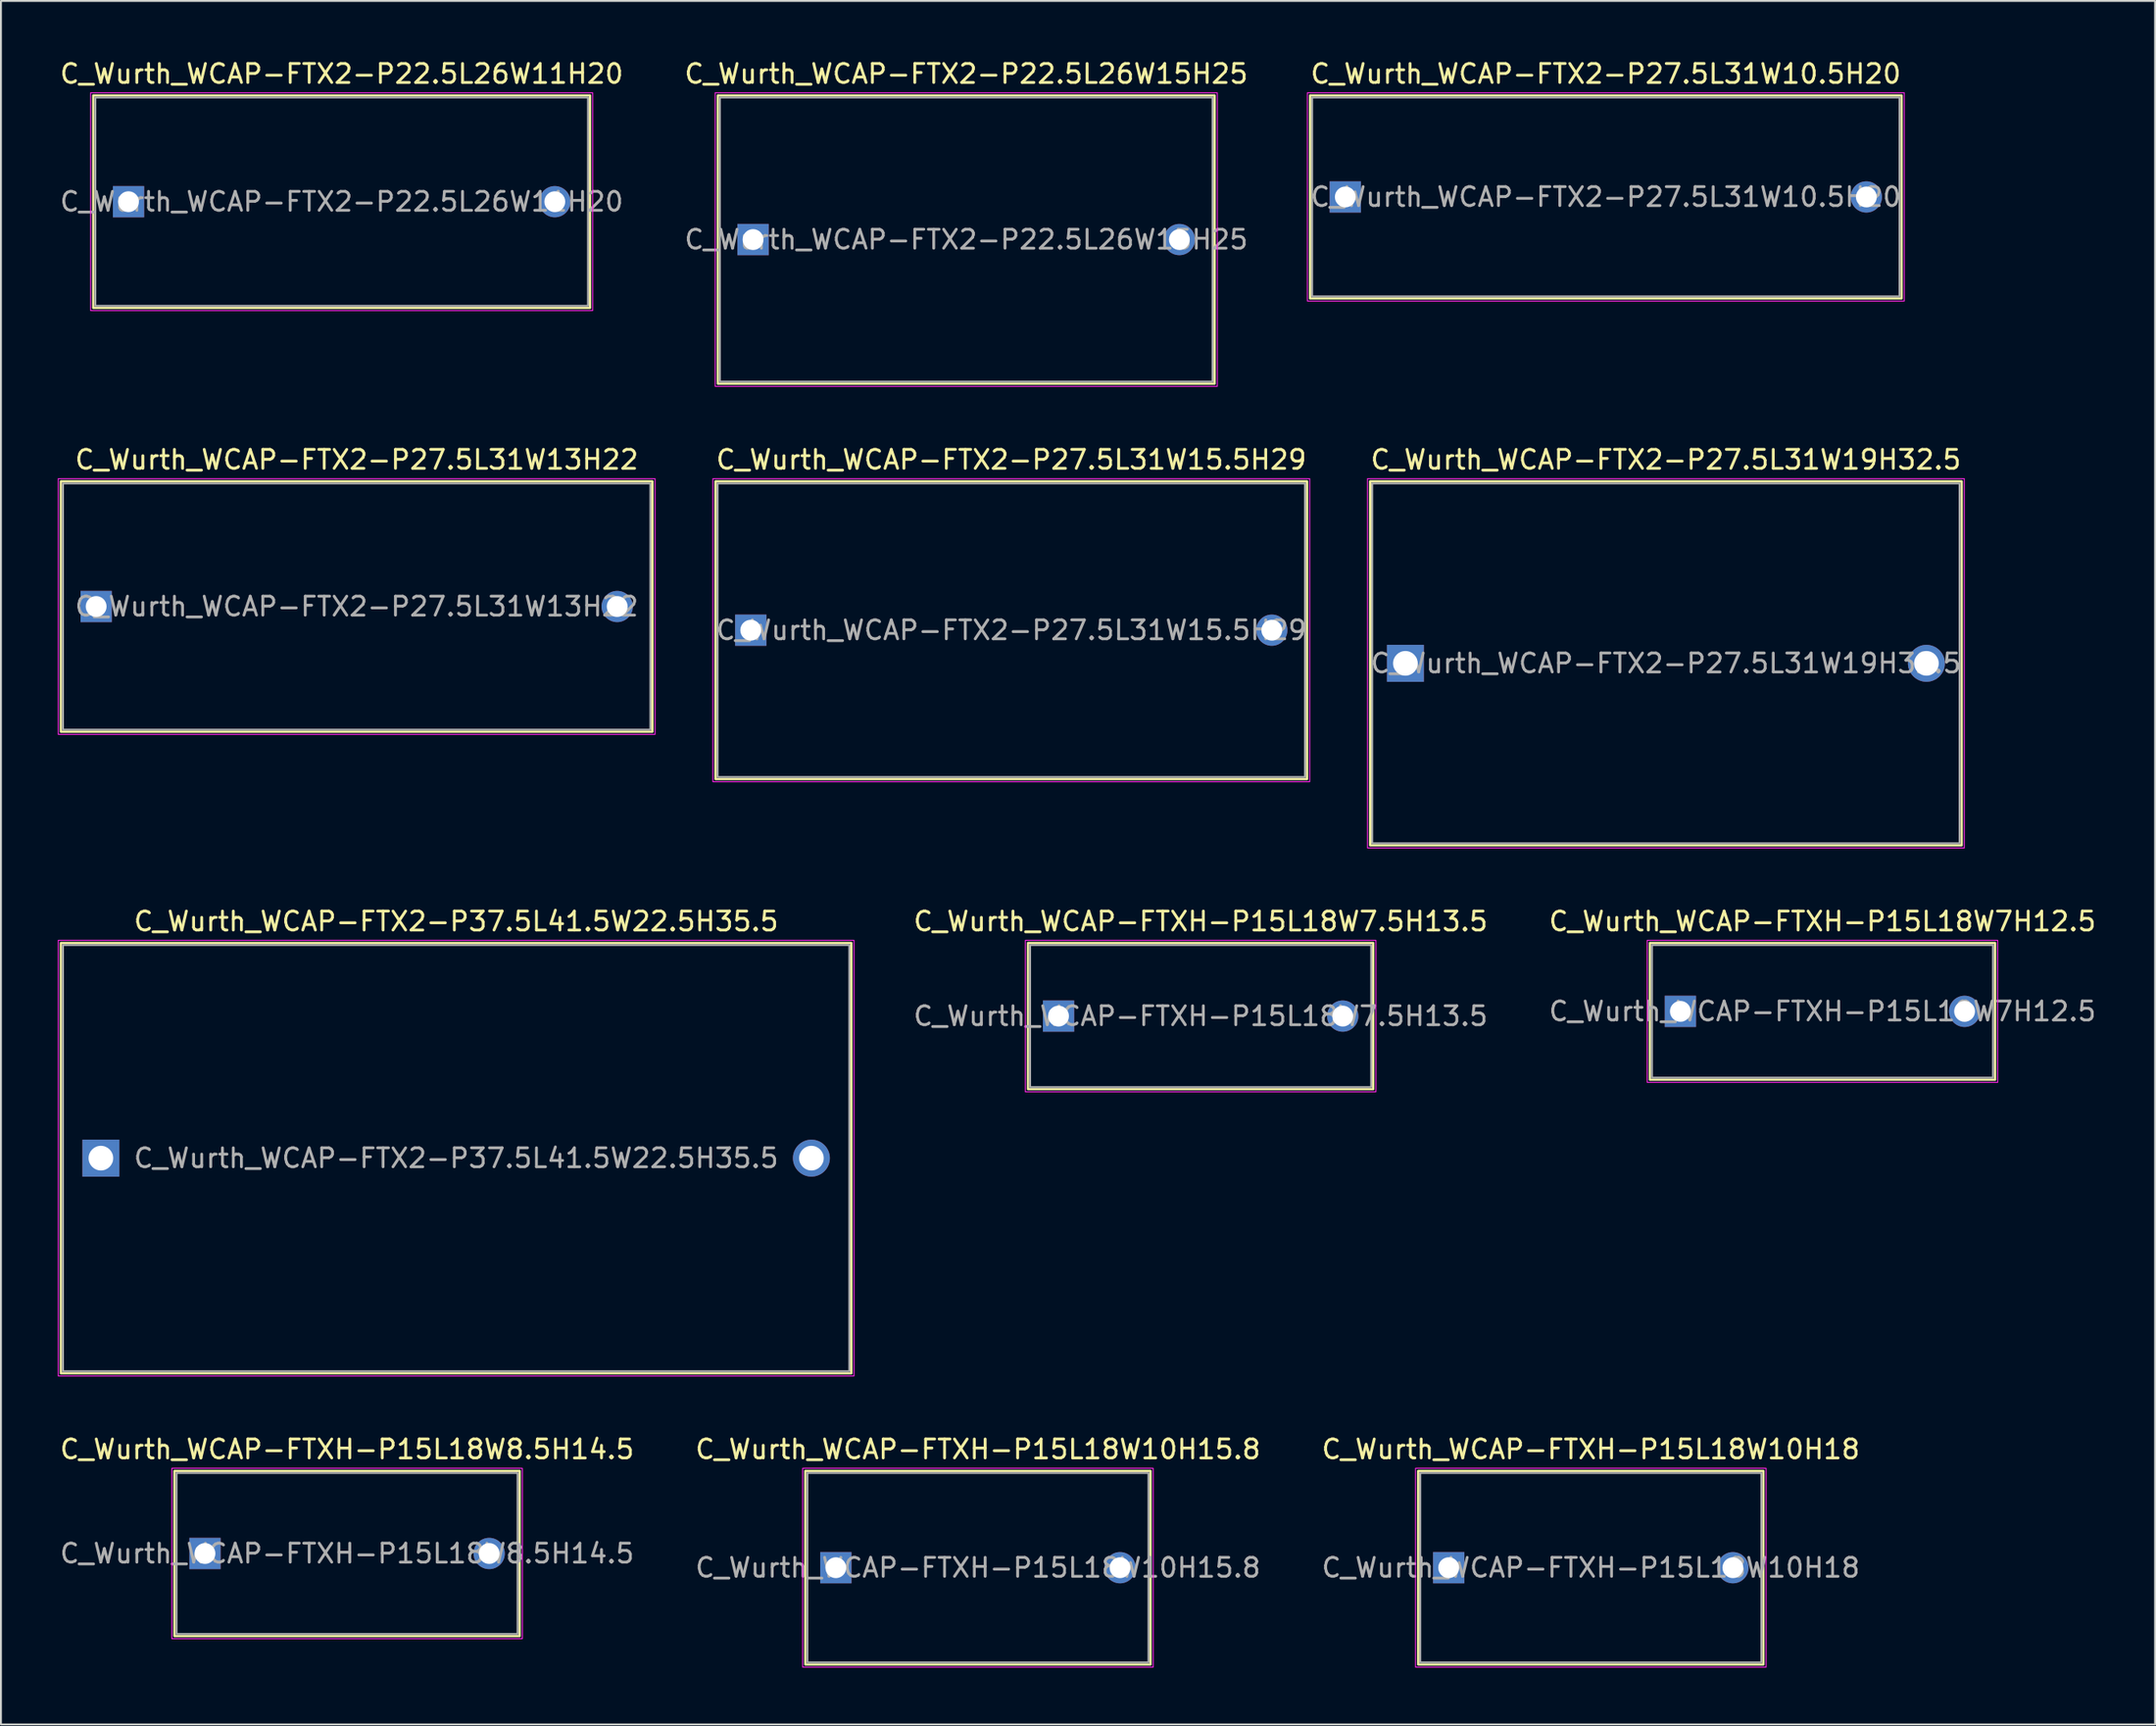
<source format=kicad_pcb>
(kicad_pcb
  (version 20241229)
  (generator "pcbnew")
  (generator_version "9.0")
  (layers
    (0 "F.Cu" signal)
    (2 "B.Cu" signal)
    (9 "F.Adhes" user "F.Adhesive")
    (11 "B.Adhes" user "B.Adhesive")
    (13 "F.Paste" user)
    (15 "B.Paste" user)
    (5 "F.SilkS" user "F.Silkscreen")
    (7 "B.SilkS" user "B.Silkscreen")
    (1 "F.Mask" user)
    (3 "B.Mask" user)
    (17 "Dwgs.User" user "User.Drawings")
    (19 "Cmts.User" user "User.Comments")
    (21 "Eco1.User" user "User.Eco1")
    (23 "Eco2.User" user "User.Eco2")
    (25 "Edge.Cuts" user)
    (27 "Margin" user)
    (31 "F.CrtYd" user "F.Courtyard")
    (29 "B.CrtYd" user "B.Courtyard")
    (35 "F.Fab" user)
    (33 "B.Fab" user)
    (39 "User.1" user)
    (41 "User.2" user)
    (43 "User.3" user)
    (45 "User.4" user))
  (footprint "C_Wurth_WCAP-FTXH-P15L18W10H18"
    (layer "F.Cu")
    (at 73.411 79.718)
    (property "Reference" "C_Wurth_WCAP-FTXH-P15L18W10H18" (at 7.5 -6.25 0) (unlocked yes) (layer "F.SilkS") (effects (font (size 1 1) (thickness 0.15))))
    (attr through_hole)
    (fp_rect (start -1.61 -5.11) (end 16.61 5.11) (stroke (width 0.12) (type solid)) (fill no) (layer "F.SilkS"))
    (fp_rect (start -1.75 -5.25) (end 16.75 5.25) (stroke (width 0.05) (type solid)) (fill no) (layer "F.CrtYd"))
    (fp_rect (start -1.5 -5) (end 16.5 5) (stroke (width 0.1) (type solid)) (fill no) (layer "F.Fab"))
    (fp_text user "${REFERENCE}" (at 7.5 0 0) (unlocked yes) (layer "F.Fab") (effects (font (size 1 1) (thickness 0.15))))
    (pad "1" thru_hole rect (at 0 0) (size 1.65 1.65) (drill 1.1) (layers "*.Cu" "*.Mask"))
    (pad "2" thru_hole circle (at 15 0) (size 1.65 1.65) (drill 1.1) (layers "*.Cu" "*.Mask")))
  (footprint "C_Wurth_WCAP-FTXH-P15L18W7H12.5"
    (layer "F.Cu")
    (at 85.639 50.345)
    (property "Reference" "C_Wurth_WCAP-FTXH-P15L18W7H12.5" (at 7.5 -4.75 0) (unlocked yes) (layer "F.SilkS") (effects (font (size 1 1) (thickness 0.15))))
    (attr through_hole)
    (fp_rect (start -1.61 -3.61) (end 16.61 3.61) (stroke (width 0.12) (type solid)) (fill no) (layer "F.SilkS"))
    (fp_rect (start -1.75 -3.75) (end 16.75 3.75) (stroke (width 0.05) (type solid)) (fill no) (layer "F.CrtYd"))
    (fp_rect (start -1.5 -3.5) (end 16.5 3.5) (stroke (width 0.1) (type solid)) (fill no) (layer "F.Fab"))
    (fp_text user "${REFERENCE}" (at 7.5 0 0) (unlocked yes) (layer "F.Fab") (effects (font (size 1 1) (thickness 0.15))))
    (pad "1" thru_hole rect (at 0 0) (size 1.65 1.65) (drill 1.1) (layers "*.Cu" "*.Mask"))
    (pad "2" thru_hole circle (at 15 0) (size 1.65 1.65) (drill 1.1) (layers "*.Cu" "*.Mask")))
  (footprint "C_Wurth_WCAP-FTX2-P27.5L31W13H22"
    (layer "F.Cu")
    (at 2.025 28.971)
    (property "Reference" "C_Wurth_WCAP-FTX2-P27.5L31W13H22" (at 13.75 -7.75 0) (unlocked yes) (layer "F.SilkS") (effects (font (size 1 1) (thickness 0.15))))
    (attr through_hole)
    (fp_rect (start -1.86 -6.61) (end 29.36 6.61) (stroke (width 0.12) (type solid)) (fill no) (layer "F.SilkS"))
    (fp_rect (start -2 -6.75) (end 29.5 6.75) (stroke (width 0.05) (type solid)) (fill no) (layer "F.CrtYd"))
    (fp_rect (start -1.75 -6.5) (end 29.25 6.5) (stroke (width 0.1) (type solid)) (fill no) (layer "F.Fab"))
    (fp_text user "${REFERENCE}" (at 13.75 0 0) (unlocked yes) (layer "F.Fab") (effects (font (size 1 1) (thickness 0.15))))
    (pad "1" thru_hole rect (at 0 0) (size 1.65 1.65) (drill 1.1) (layers "*.Cu" "*.Mask"))
    (pad "2" thru_hole circle (at 27.5 0) (size 1.65 1.65) (drill 1.1) (layers "*.Cu" "*.Mask")))
  (footprint "C_Wurth_WCAP-FTXH-P15L18W7.5H13.5"
    (layer "F.Cu")
    (at 52.818 50.595)
    (property "Reference" "C_Wurth_WCAP-FTXH-P15L18W7.5H13.5" (at 7.5 -5 0) (unlocked yes) (layer "F.SilkS") (effects (font (size 1 1) (thickness 0.15))))
    (attr through_hole)
    (fp_rect (start -1.61 -3.86) (end 16.61 3.86) (stroke (width 0.12) (type solid)) (fill no) (layer "F.SilkS"))
    (fp_rect (start -1.75 -4) (end 16.75 4) (stroke (width 0.05) (type solid)) (fill no) (layer "F.CrtYd"))
    (fp_rect (start -1.5 -3.75) (end 16.5 3.75) (stroke (width 0.1) (type solid)) (fill no) (layer "F.Fab"))
    (fp_text user "${REFERENCE}" (at 7.5 0 0) (unlocked yes) (layer "F.Fab") (effects (font (size 1 1) (thickness 0.15))))
    (pad "1" thru_hole rect (at 0 0) (size 1.65 1.65) (drill 1.1) (layers "*.Cu" "*.Mask"))
    (pad "2" thru_hole circle (at 15 0) (size 1.65 1.65) (drill 1.1) (layers "*.Cu" "*.Mask")))
  (footprint "C_Wurth_WCAP-FTX2-P37.5L41.5W22.5H35.5"
    (layer "F.Cu")
    (at 2.275 58.095)
    (property "Reference" "C_Wurth_WCAP-FTX2-P37.5L41.5W22.5H35.5" (at 18.75 -12.5 0) (unlocked yes) (layer "F.SilkS") (effects (font (size 1 1) (thickness 0.15))))
    (attr through_hole)
    (fp_rect (start -2.11 -11.36) (end 39.61 11.36) (stroke (width 0.12) (type solid)) (fill no) (layer "F.SilkS"))
    (fp_rect (start -2.25 -11.5) (end 39.75 11.5) (stroke (width 0.05) (type solid)) (fill no) (layer "F.CrtYd"))
    (fp_rect (start -2 -11.25) (end 39.5 11.25) (stroke (width 0.1) (type solid)) (fill no) (layer "F.Fab"))
    (fp_text user "${REFERENCE}" (at 18.75 0 0) (unlocked yes) (layer "F.Fab") (effects (font (size 1 1) (thickness 0.15))))
    (pad "1" thru_hole rect (at 0 0) (size 1.95 1.95) (drill 1.3) (layers "*.Cu" "*.Mask"))
    (pad "2" thru_hole circle (at 37.5 0) (size 1.95 1.95) (drill 1.3) (layers "*.Cu" "*.Mask")))
  (footprint "C_Wurth_WCAP-FTXH-P15L18W8.5H14.5"
    (layer "F.Cu")
    (at 7.768 78.968)
    (property "Reference" "C_Wurth_WCAP-FTXH-P15L18W8.5H14.5" (at 7.5 -5.5 0) (unlocked yes) (layer "F.SilkS") (effects (font (size 1 1) (thickness 0.15))))
    (attr through_hole)
    (fp_rect (start -1.61 -4.36) (end 16.61 4.36) (stroke (width 0.12) (type solid)) (fill no) (layer "F.SilkS"))
    (fp_rect (start -1.75 -4.5) (end 16.75 4.5) (stroke (width 0.05) (type solid)) (fill no) (layer "F.CrtYd"))
    (fp_rect (start -1.5 -4.25) (end 16.5 4.25) (stroke (width 0.1) (type solid)) (fill no) (layer "F.Fab"))
    (fp_text user "${REFERENCE}" (at 7.5 0 0) (unlocked yes) (layer "F.Fab") (effects (font (size 1 1) (thickness 0.15))))
    (pad "1" thru_hole rect (at 0 0) (size 1.65 1.65) (drill 1.1) (layers "*.Cu" "*.Mask"))
    (pad "2" thru_hole circle (at 15 0) (size 1.65 1.65) (drill 1.1) (layers "*.Cu" "*.Mask")))
  (footprint "C_Wurth_WCAP-FTX2-P27.5L31W15.5H29"
    (layer "F.Cu")
    (at 36.575 30.221)
    (property "Reference" "C_Wurth_WCAP-FTX2-P27.5L31W15.5H29" (at 13.75 -9 0) (unlocked yes) (layer "F.SilkS") (effects (font (size 1 1) (thickness 0.15))))
    (attr through_hole)
    (fp_rect (start -1.86 -7.86) (end 29.36 7.86) (stroke (width 0.12) (type solid)) (fill no) (layer "F.SilkS"))
    (fp_rect (start -2 -8) (end 29.5 8) (stroke (width 0.05) (type solid)) (fill no) (layer "F.CrtYd"))
    (fp_rect (start -1.75 -7.75) (end 29.25 7.75) (stroke (width 0.1) (type solid)) (fill no) (layer "F.Fab"))
    (fp_text user "${REFERENCE}" (at 13.75 0 0) (unlocked yes) (layer "F.Fab") (effects (font (size 1 1) (thickness 0.15))))
    (pad "1" thru_hole rect (at 0 0) (size 1.65 1.65) (drill 1.1) (layers "*.Cu" "*.Mask"))
    (pad "2" thru_hole circle (at 27.5 0) (size 1.65 1.65) (drill 1.1) (layers "*.Cu" "*.Mask")))
  (footprint "C_Wurth_WCAP-FTX2-P22.5L26W15H25"
    (layer "F.Cu")
    (at 36.696 9.598)
    (property "Reference" "C_Wurth_WCAP-FTX2-P22.5L26W15H25" (at 11.25 -8.75 0) (unlocked yes) (layer "F.SilkS") (effects (font (size 1 1) (thickness 0.15))))
    (attr through_hole)
    (fp_rect (start -1.86 -7.61) (end 24.36 7.61) (stroke (width 0.12) (type solid)) (fill no) (layer "F.SilkS"))
    (fp_rect (start -2 -7.75) (end 24.5 7.75) (stroke (width 0.05) (type solid)) (fill no) (layer "F.CrtYd"))
    (fp_rect (start -1.75 -7.5) (end 24.25 7.5) (stroke (width 0.1) (type solid)) (fill no) (layer "F.Fab"))
    (fp_text user "${REFERENCE}" (at 11.25 0 0) (unlocked yes) (layer "F.Fab") (effects (font (size 1 1) (thickness 0.15))))
    (pad "1" thru_hole rect (at 0 0) (size 1.65 1.65) (drill 1.1) (layers "*.Cu" "*.Mask"))
    (pad "2" thru_hole circle (at 22.5 0) (size 1.65 1.65) (drill 1.1) (layers "*.Cu" "*.Mask")))
  (footprint "C_Wurth_WCAP-FTX2-P27.5L31W10.5H20"
    (layer "F.Cu")
    (at 67.954 7.348)
    (property "Reference" "C_Wurth_WCAP-FTX2-P27.5L31W10.5H20" (at 13.75 -6.5 0) (unlocked yes) (layer "F.SilkS") (effects (font (size 1 1) (thickness 0.15))))
    (attr through_hole)
    (fp_rect (start -1.86 -5.36) (end 29.36 5.36) (stroke (width 0.12) (type solid)) (fill no) (layer "F.SilkS"))
    (fp_rect (start -2 -5.5) (end 29.5 5.5) (stroke (width 0.05) (type solid)) (fill no) (layer "F.CrtYd"))
    (fp_rect (start -1.75 -5.25) (end 29.25 5.25) (stroke (width 0.1) (type solid)) (fill no) (layer "F.Fab"))
    (fp_text user "${REFERENCE}" (at 13.75 0 0) (unlocked yes) (layer "F.Fab") (effects (font (size 1 1) (thickness 0.15))))
    (pad "1" thru_hole rect (at 0 0) (size 1.65 1.65) (drill 1.1) (layers "*.Cu" "*.Mask"))
    (pad "2" thru_hole circle (at 27.5 0) (size 1.65 1.65) (drill 1.1) (layers "*.Cu" "*.Mask")))
  (footprint "C_Wurth_WCAP-FTXH-P15L18W10H15.8"
    (layer "F.Cu")
    (at 41.065 79.718)
    (property "Reference" "C_Wurth_WCAP-FTXH-P15L18W10H15.8" (at 7.5 -6.25 0) (unlocked yes) (layer "F.SilkS") (effects (font (size 1 1) (thickness 0.15))))
    (attr through_hole)
    (fp_rect (start -1.61 -5.11) (end 16.61 5.11) (stroke (width 0.12) (type solid)) (fill no) (layer "F.SilkS"))
    (fp_rect (start -1.75 -5.25) (end 16.75 5.25) (stroke (width 0.05) (type solid)) (fill no) (layer "F.CrtYd"))
    (fp_rect (start -1.5 -5) (end 16.5 5) (stroke (width 0.1) (type solid)) (fill no) (layer "F.Fab"))
    (fp_text user "${REFERENCE}" (at 7.5 0 0) (unlocked yes) (layer "F.Fab") (effects (font (size 1 1) (thickness 0.15))))
    (pad "1" thru_hole rect (at 0 0) (size 1.65 1.65) (drill 1.1) (layers "*.Cu" "*.Mask"))
    (pad "2" thru_hole circle (at 15 0) (size 1.65 1.65) (drill 1.1) (layers "*.Cu" "*.Mask")))
  (footprint "C_Wurth_WCAP-FTX2-P22.5L26W11H20"
    (layer "F.Cu")
    (at 3.732 7.598)
    (property "Reference" "C_Wurth_WCAP-FTX2-P22.5L26W11H20" (at 11.25 -6.75 0) (unlocked yes) (layer "F.SilkS") (effects (font (size 1 1) (thickness 0.15))))
    (attr through_hole)
    (fp_rect (start -1.86 -5.61) (end 24.36 5.61) (stroke (width 0.12) (type solid)) (fill no) (layer "F.SilkS"))
    (fp_rect (start -2 -5.75) (end 24.5 5.75) (stroke (width 0.05) (type solid)) (fill no) (layer "F.CrtYd"))
    (fp_rect (start -1.75 -5.5) (end 24.25 5.5) (stroke (width 0.1) (type solid)) (fill no) (layer "F.Fab"))
    (fp_text user "${REFERENCE}" (at 11.25 0 0) (unlocked yes) (layer "F.Fab") (effects (font (size 1 1) (thickness 0.15))))
    (pad "1" thru_hole rect (at 0 0) (size 1.65 1.65) (drill 1.1) (layers "*.Cu" "*.Mask"))
    (pad "2" thru_hole circle (at 22.5 0) (size 1.65 1.65) (drill 1.1) (layers "*.Cu" "*.Mask")))
  (footprint "C_Wurth_WCAP-FTX2-P27.5L31W19H32.5"
    (layer "F.Cu")
    (at 71.125 31.971)
    (property "Reference" "C_Wurth_WCAP-FTX2-P27.5L31W19H32.5" (at 13.75 -10.75 0) (unlocked yes) (layer "F.SilkS") (effects (font (size 1 1) (thickness 0.15))))
    (attr through_hole)
    (fp_rect (start -1.86 -9.61) (end 29.36 9.61) (stroke (width 0.12) (type solid)) (fill no) (layer "F.SilkS"))
    (fp_rect (start -2 -9.75) (end 29.5 9.75) (stroke (width 0.05) (type solid)) (fill no) (layer "F.CrtYd"))
    (fp_rect (start -1.75 -9.5) (end 29.25 9.5) (stroke (width 0.1) (type solid)) (fill no) (layer "F.Fab"))
    (fp_text user "${REFERENCE}" (at 13.75 0 0) (unlocked yes) (layer "F.Fab") (effects (font (size 1 1) (thickness 0.15))))
    (pad "1" thru_hole rect (at 0 0) (size 1.95 1.95) (drill 1.3) (layers "*.Cu" "*.Mask"))
    (pad "2" thru_hole circle (at 27.5 0) (size 1.95 1.95) (drill 1.3) (layers "*.Cu" "*.Mask")))
  (gr_rect
    (start -3 -3)
    (end 110.693 87.993)
    (stroke (width 0.1) (type default))
    (fill no)
    (layer "Edge.Cuts")))
</source>
